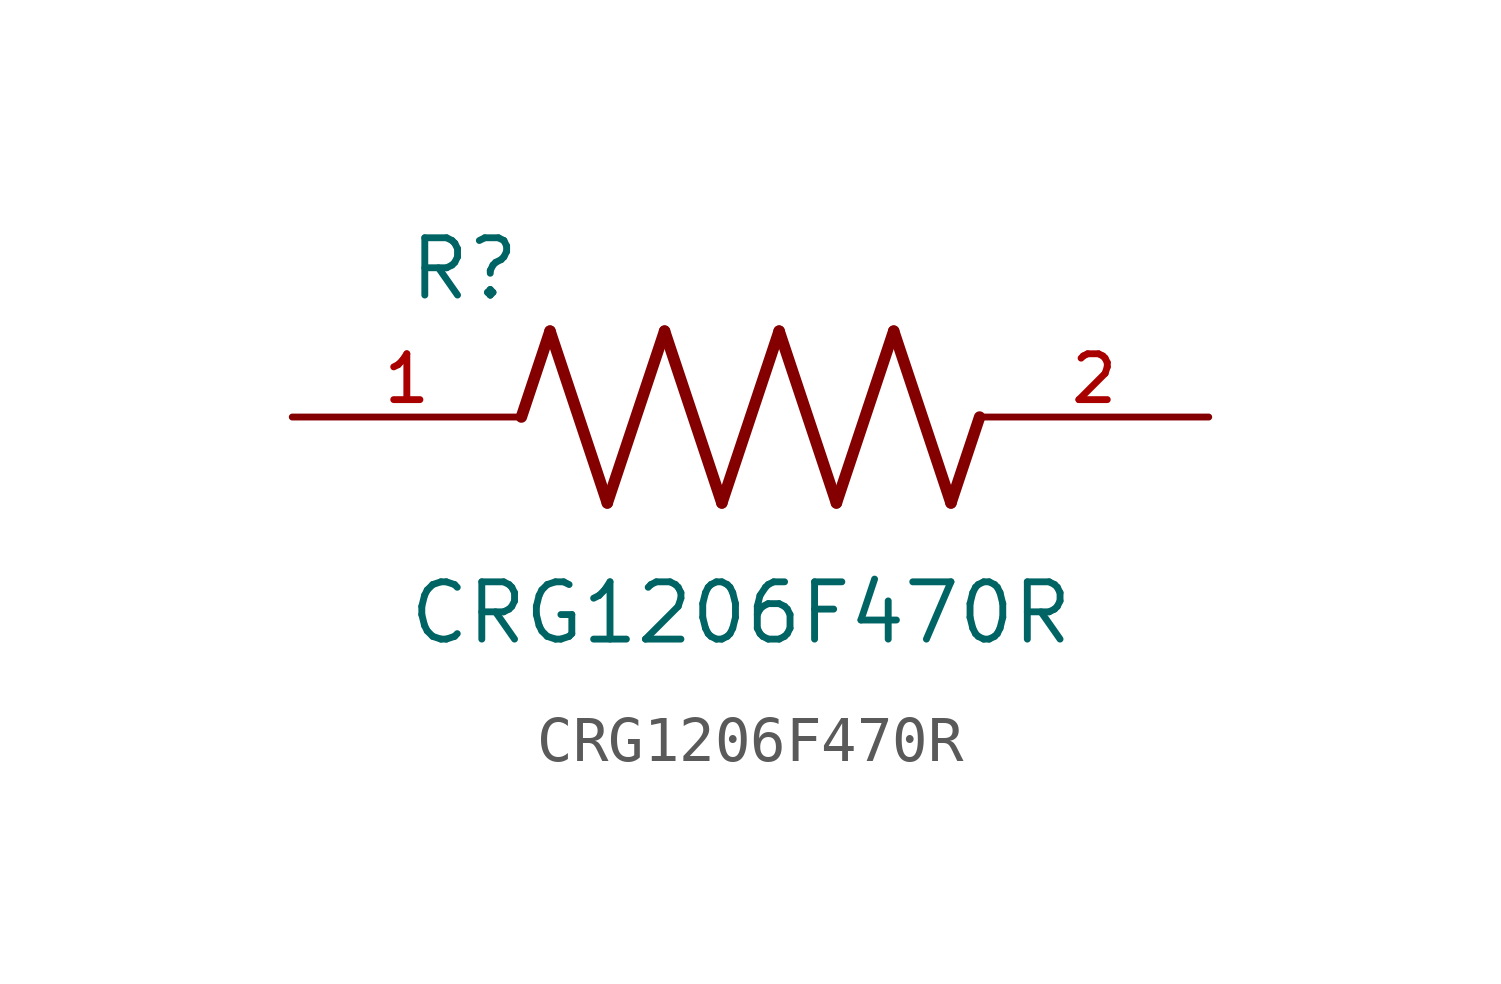
<source format=kicad_sym>
(kicad_symbol_lib
  (version 20211014)
  (generator kicad_symbol_editor)
  (symbol "CRG1206F470R"
    (pin_names
      (offset 1.016))
    (property "Reference" "R"
      (at -7.624 2.541 0)
      (effects (font (size 1.27 1.27)) (justify bottom left)))
    (property "Value" "CRG1206F470R"
      (at -7.63 -5.087 0)
      (effects (font (size 1.27 1.27)) (justify bottom left)))
    (symbol "CRG1206F470R_0_0"
      (polyline (pts (xy -5.08 0.0) (xy -4.445 1.905)) (stroke (width 0.254)))
      (polyline (pts (xy -4.445 1.905) (xy -3.175 -1.905)) (stroke (width 0.254)))
      (polyline (pts (xy -3.175 -1.905) (xy -1.905 1.905)) (stroke (width 0.254)))
      (polyline (pts (xy -1.905 1.905) (xy -0.635 -1.905)) (stroke (width 0.254)))
      (polyline (pts (xy -0.635 -1.905) (xy 0.635 1.905)) (stroke (width 0.254)))
      (polyline (pts (xy 0.635 1.905) (xy 1.905 -1.905)) (stroke (width 0.254)))
      (polyline (pts (xy 1.905 -1.905) (xy 3.175 1.905)) (stroke (width 0.254)))
      (polyline (pts (xy 3.175 1.905) (xy 4.445 -1.905)) (stroke (width 0.254)))
      (polyline (pts (xy 4.445 -1.905) (xy 5.08 0.0)) (stroke (width 0.254)))
      (pin passive line (at -10.16 0.0 0) (length 5.08) (name "~" (effects (font (size 1.016 1.016)))) (number "1" (effects (font (size 1.016 1.016)))))
      (pin passive line (at 10.16 0.0 180.0) (length 5.08) (name "~" (effects (font (size 1.016 1.016)))) (number "2" (effects (font (size 1.016 1.016))))))))
</source>
